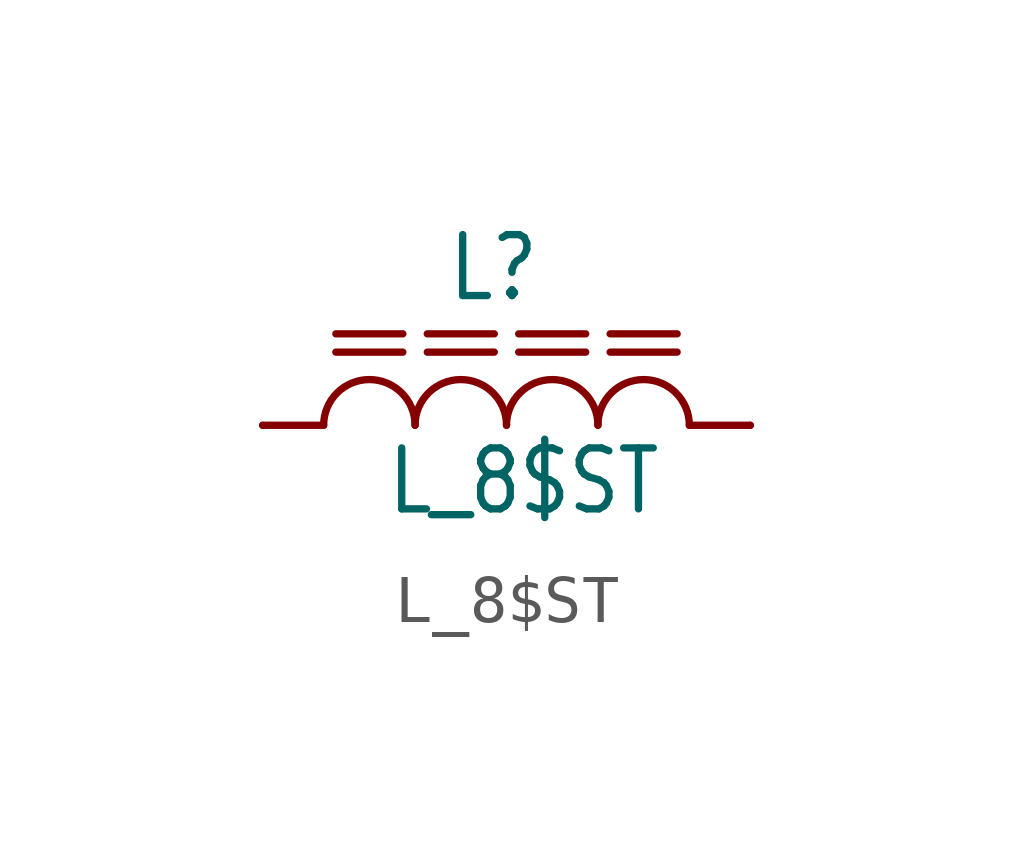
<source format=kicad_sym>
(kicad_symbol_lib
  (version 20201005)
  (generator kicad_symbol_editor)
  (symbol "L_8$ST"
    (property "Reference" "L"
      (at -1.27 2.54 0)
      (effects (font (size 1.27 1.079)) (justify left bottom)))
    (property "Value" "L_8$ST"
      (at -2.54 -1.905 0)
      (effects (font (size 1.27 1.079)) (justify left bottom)))
    (property "ki_locked" ""
      (at 0 0 0)
      (effects (font (size 1.27 1.27))))
    (symbol "L_8$ST_1_0"
      (arc (start -1.905 0) (end -3.81 0) (radius (at -2.8575 0) (length 0.9525) (angles 0.1 179.9)) (stroke (width 0.1524)) (fill (type none)))
      (arc (start 0 0) (end -1.905 0) (radius (at -0.9525 0) (length 0.9525) (angles 0.1 179.9)) (stroke (width 0.1524)) (fill (type none)))
      (arc (start 1.905 0) (end 0 0) (radius (at 0.9525 0) (length 0.9525) (angles 0.1 179.9)) (stroke (width 0.1524)) (fill (type none)))
      (arc (start 3.81 0) (end 1.905 0) (radius (at 2.8575 0) (length 0.9525) (angles 0.1 179.9)) (stroke (width 0.1524)) (fill (type none)))
      (polyline (pts (xy 3.81 0) (xy 5.08 0)) (stroke (width 0.152)) (fill (type none)))
      (polyline (pts (xy -5.08 0) (xy -3.81 0)) (stroke (width 0.152)) (fill (type none)))
      (polyline (pts (xy -3.556 1.905) (xy -2.159 1.905)) (stroke (width 0.152)) (fill (type none)))
      (polyline (pts (xy 0.254 1.905) (xy 1.651 1.905)) (stroke (width 0.152)) (fill (type none)))
      (polyline (pts (xy -1.651 1.905) (xy -0.254 1.905)) (stroke (width 0.152)) (fill (type none)))
      (polyline (pts (xy 2.159 1.905) (xy 3.556 1.905)) (stroke (width 0.152)) (fill (type none)))
      (polyline (pts (xy -3.556 1.524) (xy -2.159 1.524)) (stroke (width 0.152)) (fill (type none)))
      (polyline (pts (xy -1.651 1.524) (xy -0.254 1.524)) (stroke (width 0.152)) (fill (type none)))
      (polyline (pts (xy 0.254 1.524) (xy 1.651 1.524)) (stroke (width 0.152)) (fill (type none)))
      (polyline (pts (xy 2.159 1.524) (xy 3.556 1.524)) (stroke (width 0.152)) (fill (type none)))
      (pin passive line (at -5.08 0 0) (length 0) (name "1" (effects (font (size 0 0)))) (number "1" (effects (font (size 0 0)))))
      (pin passive line (at 5.08 0 180) (length 0) (name "2" (effects (font (size 0 0)))) (number "2" (effects (font (size 0 0))))))))
</source>
